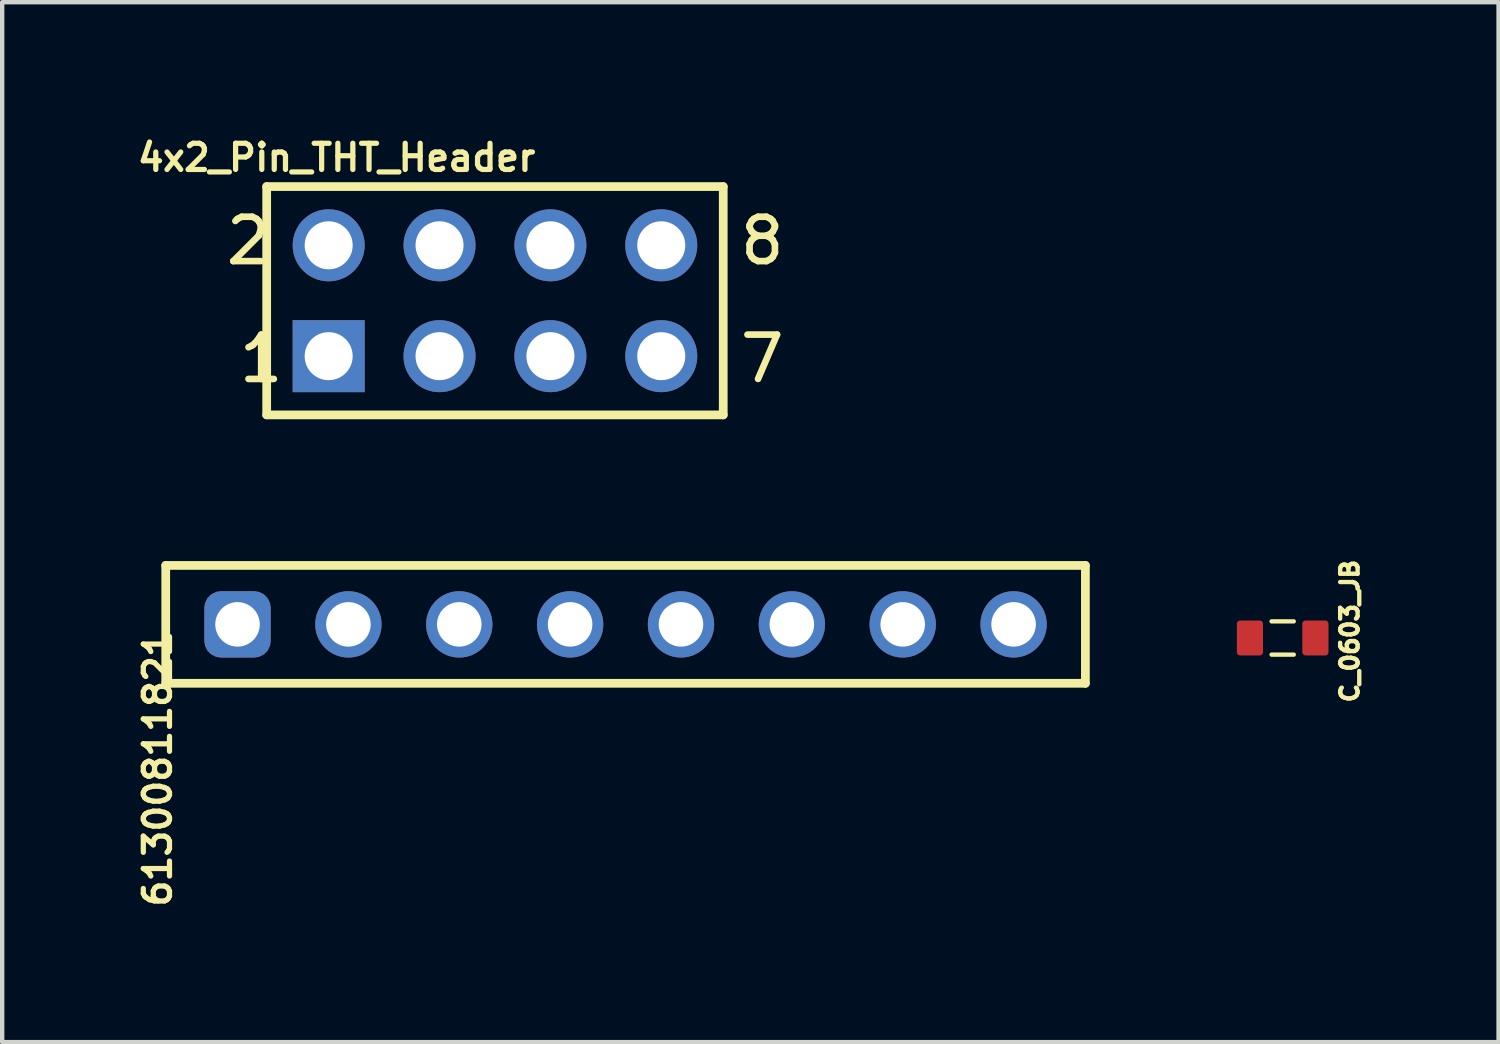
<source format=kicad_pcb>
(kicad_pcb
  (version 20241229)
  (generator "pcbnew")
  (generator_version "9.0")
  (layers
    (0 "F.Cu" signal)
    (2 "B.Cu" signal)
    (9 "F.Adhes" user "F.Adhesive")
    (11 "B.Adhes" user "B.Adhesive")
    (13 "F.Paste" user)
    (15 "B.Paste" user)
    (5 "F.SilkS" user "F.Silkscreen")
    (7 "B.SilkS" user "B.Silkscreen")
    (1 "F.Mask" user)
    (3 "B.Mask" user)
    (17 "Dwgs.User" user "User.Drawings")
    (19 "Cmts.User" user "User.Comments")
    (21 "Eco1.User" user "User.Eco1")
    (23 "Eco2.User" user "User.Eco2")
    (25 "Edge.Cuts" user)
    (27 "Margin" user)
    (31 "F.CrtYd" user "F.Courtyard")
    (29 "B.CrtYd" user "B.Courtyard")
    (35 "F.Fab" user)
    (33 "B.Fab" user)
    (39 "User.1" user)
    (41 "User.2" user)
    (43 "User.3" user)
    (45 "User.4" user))
  (footprint "61300811821"
    (layer "F.Cu")
    (at 11.282 11.255)
    (property "Reference" "61300811821" (at -10.72 3.308 90) (unlocked yes) (layer "F.SilkS") (effects (font (size 0.6 0.6) (thickness 0.12))))
    (fp_line (start -10.535 -1.35) (end 10.535 -1.35) (stroke (width 0.2) (type solid)) (layer "F.SilkS"))
    (fp_line (start -10.535 1.35) (end -10.535 -1.35) (stroke (width 0.2) (type solid)) (layer "F.SilkS"))
    (fp_line (start -10.535 1.35) (end 10.535 1.35) (stroke (width 0.2) (type solid)) (layer "F.SilkS"))
    (fp_line (start 10.535 1.35) (end 10.535 -1.35) (stroke (width 0.2) (type solid)) (layer "F.SilkS"))
    (fp_line (start -10.735 -1.55) (end 10.735 -1.55) (stroke (width 0.05) (type solid)) (layer "User.2"))
    (fp_line (start -10.735 1.55) (end -10.735 -1.55) (stroke (width 0.05) (type solid)) (layer "User.2"))
    (fp_line (start -10.735 1.55) (end 10.735 1.55) (stroke (width 0.05) (type solid)) (layer "User.2"))
    (fp_line (start 10.735 1.55) (end 10.735 -1.55) (stroke (width 0.05) (type solid)) (layer "User.2"))
    (fp_line (start -0.5 0) (end 0.5 0) (stroke (width 0.05) (type solid)) (layer "User.3"))
    (fp_line (start 0 0.5) (end 0 -0.5) (stroke (width 0.05) (type solid)) (layer "User.3"))
    (fp_line (start -10.41 -1.25) (end 10.41 -1.25) (stroke (width 0.1) (type solid)) (layer "User.4"))
    (fp_line (start -10.41 1.25) (end -10.41 -1.25) (stroke (width 0.1) (type solid)) (layer "User.4"))
    (fp_line (start -10.41 1.25) (end 10.41 1.25) (stroke (width 0.1) (type solid)) (layer "User.4"))
    (fp_line (start 10.41 1.25) (end 10.41 -1.25) (stroke (width 0.1) (type solid)) (layer "User.4"))
    (fp_poly (pts (xy -9.399 -0.498) (xy -9.396 -0.495) (xy -8.363 -0.495) (xy -8.363 0.511) (xy -8.354 0.519) (xy -9.407 0.519)) (stroke (width 0.1) (type default)) (fill no) (layer "User.6"))
    (pad "1" thru_hole roundrect (at -8.89 0) (size 1.52 1.52) (drill 1.02) (layers "*.Cu" "*.Mask") (roundrect_rratio 0.25))
    (pad "2" thru_hole circle (at -6.35 0) (size 1.52 1.52) (drill 1.02) (layers "*.Cu" "*.Mask"))
    (pad "3" thru_hole circle (at -3.81 0) (size 1.52 1.52) (drill 1.02) (layers "*.Cu" "*.Mask"))
    (pad "4" thru_hole circle (at -1.27 0) (size 1.52 1.52) (drill 1.02) (layers "*.Cu" "*.Mask"))
    (pad "5" thru_hole circle (at 1.27 0) (size 1.52 1.52) (drill 1.02) (layers "*.Cu" "*.Mask"))
    (pad "6" thru_hole circle (at 3.81 0) (size 1.52 1.52) (drill 1.02) (layers "*.Cu" "*.Mask"))
    (pad "7" thru_hole circle (at 6.35 0) (size 1.52 1.52) (drill 1.02) (layers "*.Cu" "*.Mask"))
    (pad "8" thru_hole circle (at 8.89 0) (size 1.52 1.52) (drill 1.02) (layers "*.Cu" "*.Mask")))
  (footprint "4x2_Pin_THT_Header"
    (layer "F.Cu")
    (at 8.29 3.84)
    (property "Reference" "4x2_Pin_THT_Header" (at -3.628 -3.279 0) (unlocked yes) (layer "F.SilkS") (effects (font (size 0.6 0.6) (thickness 0.12))))
    (fp_line (start -5.23 -2.615) (end 5.23 -2.615) (stroke (width 0.2) (type solid)) (layer "F.SilkS"))
    (fp_line (start -5.23 2.615) (end -5.23 -2.615) (stroke (width 0.2) (type solid)) (layer "F.SilkS"))
    (fp_line (start -5.23 2.615) (end 5.23 2.615) (stroke (width 0.2) (type solid)) (layer "F.SilkS"))
    (fp_line (start 5.23 2.615) (end 5.23 -2.615) (stroke (width 0.2) (type solid)) (layer "F.SilkS"))
    (fp_line (start -5.43 -2.815) (end 5.43 -2.815) (stroke (width 0.05) (type solid)) (layer "User.2"))
    (fp_line (start -5.43 2.815) (end -5.43 -2.815) (stroke (width 0.05) (type solid)) (layer "User.2"))
    (fp_line (start -5.43 2.815) (end 5.43 2.815) (stroke (width 0.05) (type solid)) (layer "User.2"))
    (fp_line (start 5.43 2.815) (end 5.43 -2.815) (stroke (width 0.05) (type solid)) (layer "User.2"))
    (fp_line (start -0.5 0) (end 0.5 0) (stroke (width 0.05) (type solid)) (layer "User.3"))
    (fp_line (start 0 0.5) (end 0 -0.5) (stroke (width 0.05) (type solid)) (layer "User.3"))
    (fp_line (start -5.08 -2.54) (end 5.08 -2.54) (stroke (width 0.1) (type solid)) (layer "User.11"))
    (fp_line (start -5.08 2.54) (end -5.08 -2.54) (stroke (width 0.1) (type solid)) (layer "User.11"))
    (fp_line (start -5.08 2.54) (end 5.08 2.54) (stroke (width 0.1) (type solid)) (layer "User.11"))
    (fp_line (start 5.08 2.54) (end 5.08 -2.54) (stroke (width 0.1) (type solid)) (layer "User.11"))
    (fp_text user "1" (at -5.94 1.924 0) (unlocked yes) (layer "F.SilkS") (effects (font (size 1.016 1.016) (thickness 0.152)) (justify left bottom)))
    (fp_text user "8" (at 5.54 -0.776 0) (unlocked yes) (layer "F.SilkS") (effects (font (size 1.016 1.016) (thickness 0.152)) (justify left bottom)))
    (fp_text user "7" (at 5.54 1.924 0) (unlocked yes) (layer "F.SilkS") (effects (font (size 1.016 1.016) (thickness 0.152)) (justify left bottom)))
    (fp_text user "2" (at -6.24 -0.776 0) (unlocked yes) (layer "F.SilkS") (effects (font (size 1.016 1.016) (thickness 0.152)) (justify left bottom)))
    (pad "1" thru_hole rect (at -3.81 1.27) (size 1.65 1.65) (drill 1.1) (layers "*.Cu" "*.Mask"))
    (pad "2" thru_hole circle (at -3.81 -1.27) (size 1.65 1.65) (drill 1.1) (layers "*.Cu" "*.Mask"))
    (pad "3" thru_hole circle (at -1.27 1.27) (size 1.65 1.65) (drill 1.1) (layers "*.Cu" "*.Mask"))
    (pad "4" thru_hole circle (at -1.27 -1.27) (size 1.65 1.65) (drill 1.1) (layers "*.Cu" "*.Mask"))
    (pad "5" thru_hole circle (at 1.27 1.27) (size 1.65 1.65) (drill 1.1) (layers "*.Cu" "*.Mask"))
    (pad "6" thru_hole circle (at 1.27 -1.27) (size 1.65 1.65) (drill 1.1) (layers "*.Cu" "*.Mask"))
    (pad "7" thru_hole circle (at 3.81 1.27) (size 1.65 1.65) (drill 1.1) (layers "*.Cu" "*.Mask"))
    (pad "8" thru_hole circle (at 3.81 -1.27) (size 1.65 1.65) (drill 1.1) (layers "*.Cu" "*.Mask")))
  (footprint "C_0603_JB"
    (layer "F.Cu")
    (at 26.337 11.567)
    (property "Reference" "C_0603_JB" (at 1.537 -0.158 90) (unlocked yes) (layer "F.SilkS") (effects (font (size 0.4 0.4) (thickness 0.1))))
    (fp_line (start 0.254 -0.381) (end -0.254 -0.381) (stroke (width 0.1) (type solid)) (layer "F.SilkS"))
    (fp_line (start 0.254 0.381) (end -0.254 0.381) (stroke (width 0.1) (type solid)) (layer "F.SilkS"))
    (fp_line (start -1.27 0.675) (end -1.27 -0.675) (stroke (width 0.05) (type solid)) (layer "User.2"))
    (fp_line (start 1.27 -0.675) (end -1.27 -0.675) (stroke (width 0.05) (type solid)) (layer "User.2"))
    (fp_line (start 1.27 0.675) (end -1.27 0.675) (stroke (width 0.05) (type solid)) (layer "User.2"))
    (fp_line (start 1.27 0.675) (end 1.27 -0.675) (stroke (width 0.05) (type solid)) (layer "User.2"))
    (fp_line (start 0 0.425) (end 0 -0.425) (stroke (width 0.05) (type solid)) (layer "User.3"))
    (fp_line (start 0.425 0) (end -0.425 0) (stroke (width 0.05) (type solid)) (layer "User.3"))
    (fp_poly (pts (xy -1.016 -0.381) (xy -0.508 -0.381) (xy -0.508 0.381) (xy -1.016 0.381)) (stroke (width 0.1) (type default)) (fill no) (layer "User.6"))
    (fp_poly (pts (xy -1.016 -0.381) (xy -0.508 -0.381) (xy -0.508 0.381) (xy -1.016 0.381)) (stroke (width 0.1) (type default)) (fill no) (layer "User.6"))
    (pad "1" smd roundrect (at -0.75 0 90) (size 0.8 0.6) (layers "F.Cu" "F.Mask" "F.Paste") (roundrect_rratio 0.125))
    (pad "2" smd roundrect (at 0.75 0 90) (size 0.8 0.6) (layers "F.Cu" "F.Mask" "F.Paste") (roundrect_rratio 0.125)))
  (gr_rect
    (start -3 -3)
    (end 31.283 20.826)
    (stroke (width 0.1) (type default))
    (fill no)
    (layer "Edge.Cuts")))
</source>
